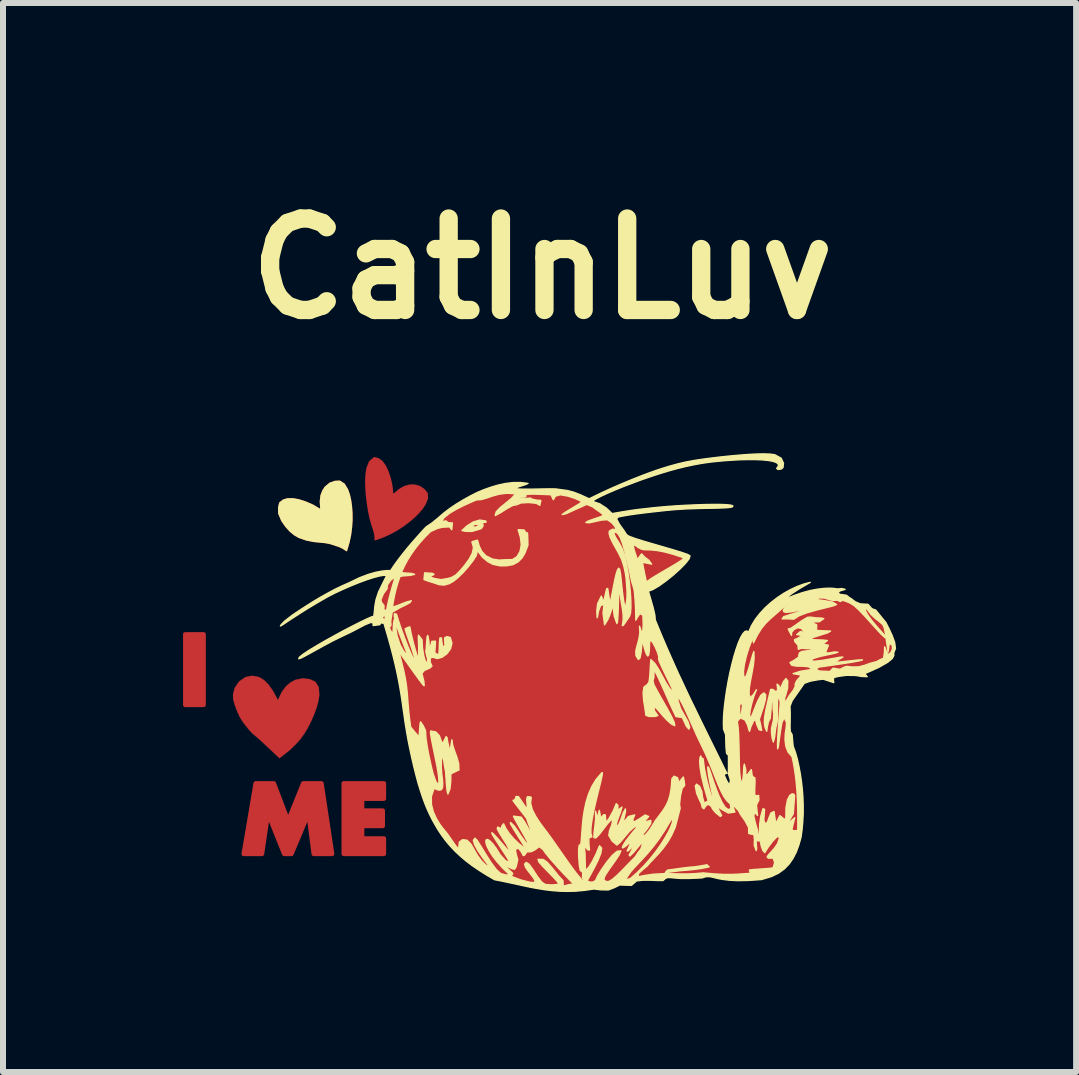
<source format=kicad_pcb>
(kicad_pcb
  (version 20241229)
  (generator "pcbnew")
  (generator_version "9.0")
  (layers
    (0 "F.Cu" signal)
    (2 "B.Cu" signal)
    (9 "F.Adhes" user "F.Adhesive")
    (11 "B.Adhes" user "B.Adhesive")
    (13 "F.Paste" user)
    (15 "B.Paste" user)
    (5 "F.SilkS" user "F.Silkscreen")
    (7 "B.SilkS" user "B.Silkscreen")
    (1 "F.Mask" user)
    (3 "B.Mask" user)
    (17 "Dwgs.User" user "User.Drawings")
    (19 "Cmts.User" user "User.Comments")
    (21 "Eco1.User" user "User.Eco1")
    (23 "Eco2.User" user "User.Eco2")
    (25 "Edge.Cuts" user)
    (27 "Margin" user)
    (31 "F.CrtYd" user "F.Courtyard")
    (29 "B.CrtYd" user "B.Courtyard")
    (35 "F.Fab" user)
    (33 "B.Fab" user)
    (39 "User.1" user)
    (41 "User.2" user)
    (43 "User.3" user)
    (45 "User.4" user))
  (footprint "CatInLuv"
    (layer "F.Cu")
    (at 5.988 8.18)
    (property "Reference" "CatInLuv" (at 0 -6.753 0) (layer "F.SilkS") (effects (font (size 1.524 1.524) (thickness 0.305))))
    (attr smd)
    (fp_poly (pts (xy -5.645 0.518) (xy -5.95 0.518) (xy -5.95 -0.657) (xy -5.645 -0.657) (xy -5.645 0.518)) (stroke (width 0.075) (type solid)) (fill yes) (layer "F.Cu"))
    (fp_poly (pts (xy -2.64 3.001) (xy -3.309 3.001) (xy -3.309 1.826) (xy -2.64 1.826) (xy -2.64 2.081) (xy -3.003 2.081) (xy -3.003 2.28) (xy -2.659 2.28) (xy -2.659 2.536) (xy -3.003 2.536) (xy -3.003 2.745) (xy -2.64 2.745) (xy -2.64 3.001)) (stroke (width 0.075) (type solid)) (fill yes) (layer "F.Cu"))
    (fp_poly (pts (xy -3.503 3.001) (xy -3.809 3.001) (xy -3.896 2.324) (xy -4.18 3.001) (xy -4.301 3.001) (xy -4.572 2.324) (xy -4.672 3.001) (xy -4.976 3.001) (xy -4.776 1.826) (xy -4.475 1.826) (xy -4.236 2.452) (xy -3.984 1.826) (xy -3.68 1.826) (xy -3.503 3.001)) (stroke (width 0.075) (type solid)) (fill yes) (layer "F.Cu"))
    (fp_poly (pts (xy -5.053 0.126) (xy -5.126 0.234) (xy -5.154 0.339) (xy -5.153 0.42) (xy -5.134 0.493) (xy -5.097 0.598) (xy -5.047 0.711) (xy -4.987 0.809) (xy -4.891 0.93) (xy -4.832 0.994) (xy -4.784 1.035) (xy -4.721 1.087) (xy -4.38 1.407) (xy -4.212 1.275) (xy -4.112 1.179) (xy -4.031 1.088) (xy -3.964 0.995) (xy -3.907 0.9) (xy -3.855 0.797) (xy -3.805 0.684) (xy -3.762 0.567) (xy -3.731 0.457) (xy -3.716 0.357) (xy -3.724 0.227) (xy -3.78 0.133) (xy -3.782 0.132) (xy -3.784 0.131) (xy -3.876 0.089) (xy -3.989 0.075) (xy -4.112 0.099) (xy -4.195 0.142) (xy -4.273 0.209) (xy -4.344 0.305) (xy -4.406 0.437) (xy -4.488 0.285) (xy -4.562 0.18) (xy -4.63 0.111) (xy -4.69 0.07) (xy -4.743 0.047) (xy -4.838 0.033) (xy -4.946 0.054) (xy -5.053 0.127) (xy -5.053 0.126)) (stroke (width 0.003) (type solid)) (fill yes) (layer "F.Cu"))
    (fp_poly (pts (xy -2.801 -3.613) (xy -2.807 -3.611) (xy -2.888 -3.541) (xy -2.933 -3.423) (xy -2.948 -3.326) (xy -2.953 -3.219) (xy -2.951 -3.105) (xy -2.941 -2.966) (xy -2.924 -2.83) (xy -2.904 -2.704) (xy -2.881 -2.596) (xy -2.858 -2.511) (xy -2.858 -2.511) (xy -2.858 -2.511) (xy -2.813 -2.369) (xy -2.8 -2.309) (xy -2.797 -2.255) (xy -2.794 -2.22) (xy -2.761 -2.231) (xy -2.645 -2.273) (xy -2.531 -2.325) (xy -2.421 -2.385) (xy -2.317 -2.452) (xy -2.221 -2.523) (xy -2.134 -2.596) (xy -2.058 -2.671) (xy -1.995 -2.745) (xy -1.946 -2.817) (xy -1.903 -2.92) (xy -1.909 -3.013) (xy -1.91 -3.015) (xy -1.911 -3.017) (xy -1.964 -3.081) (xy -2.041 -3.133) (xy -2.14 -3.158) (xy -2.218 -3.154) (xy -2.3 -3.131) (xy -2.388 -3.081) (xy -2.482 -3.001) (xy -2.497 -3.139) (xy -2.525 -3.266) (xy -2.565 -3.383) (xy -2.607 -3.472) (xy -2.659 -3.543) (xy -2.723 -3.592) (xy -2.797 -3.613) (xy -2.801 -3.613)) (stroke (width 0) (type solid)) (fill yes) (layer "F.Cu"))
    (fp_poly (pts (xy -4.384 -2.856) (xy -4.386 -2.85) (xy -4.405 -2.771) (xy -4.403 -2.67) (xy -4.35 -2.545) (xy -4.282 -2.448) (xy -4.212 -2.37) (xy -4.138 -2.309) (xy -4.063 -2.265) (xy -3.935 -2.22) (xy -3.815 -2.196) (xy -3.704 -2.185) (xy -3.608 -2.175) (xy -3.53 -2.159) (xy -3.529 -2.158) (xy -3.529 -2.158) (xy -3.388 -2.112) (xy -3.332 -2.086) (xy -3.286 -2.056) (xy -3.257 -2.039) (xy -3.246 -2.071) (xy -3.211 -2.19) (xy -3.185 -2.313) (xy -3.169 -2.437) (xy -3.161 -2.56) (xy -3.162 -2.68) (xy -3.17 -2.793) (xy -3.185 -2.899) (xy -3.207 -2.993) (xy -3.236 -3.075) (xy -3.294 -3.171) (xy -3.373 -3.221) (xy -3.375 -3.221) (xy -3.377 -3.221) (xy -3.46 -3.217) (xy -3.547 -3.185) (xy -3.626 -3.119) (xy -3.668 -3.055) (xy -3.698 -2.975) (xy -3.71 -2.875) (xy -3.702 -2.751) (xy -3.821 -2.821) (xy -3.94 -2.873) (xy -4.058 -2.911) (xy -4.155 -2.928) (xy -4.243 -2.928) (xy -4.32 -2.906) (xy -4.381 -2.859) (xy -4.384 -2.856)) (stroke (width 0) (type solid)) (fill yes) (layer "F.Cu"))
    (fp_poly (pts (xy -2.633 -0.823) (xy -2.62 -0.792) (xy -2.562 -0.593) (xy -2.512 -0.413) (xy -2.47 -0.251) (xy -2.435 -0.105) (xy -2.406 0.028) (xy -2.382 0.15) (xy -2.363 0.263) (xy -2.346 0.369) (xy -2.331 0.47) (xy -2.318 0.568) (xy -2.305 0.666) (xy -2.292 0.765) (xy -2.277 0.867) (xy -2.26 0.976) (xy -2.239 1.092) (xy -2.214 1.219) (xy -2.178 1.388) (xy -2.142 1.543) (xy -2.106 1.686) (xy -2.071 1.818) (xy -2.034 1.939) (xy -1.997 2.051) (xy -1.959 2.155) (xy -1.919 2.253) (xy -1.877 2.345) (xy -1.833 2.433) (xy -1.786 2.517) (xy -1.737 2.6) (xy -1.673 2.696) (xy -1.605 2.787) (xy -1.531 2.874) (xy -1.452 2.958) (xy -1.365 3.039) (xy -1.271 3.119) (xy -1.168 3.197) (xy -1.055 3.274) (xy -0.933 3.351) (xy -0.799 3.429) (xy -0.796 3.431) (xy -0.791 3.432) (xy -0.672 3.455) (xy -0.555 3.48) (xy -0.438 3.505) (xy -0.321 3.531) (xy -0.203 3.556) (xy -0.084 3.578) (xy 0.038 3.598) (xy 0.162 3.613) (xy 0.291 3.623) (xy 0.423 3.626) (xy 0.561 3.622) (xy 0.704 3.609) (xy 0.854 3.587) (xy 0.857 3.587) (xy 0.86 3.586) (xy 0.978 3.6) (xy 1.101 3.602) (xy 1.2 3.564) (xy 1.291 3.519) (xy 1.38 3.522) (xy 1.487 3.525) (xy 1.525 3.492) (xy 1.57 3.452) (xy 1.677 3.44) (xy 1.804 3.44) (xy 1.925 3.445) (xy 2.012 3.445) (xy 2.053 3.41) (xy 2.087 3.396) (xy 2.13 3.396) (xy 2.195 3.402) (xy 2.297 3.41) (xy 2.449 3.411) (xy 2.666 3.401) (xy 2.719 3.383) (xy 2.765 3.379) (xy 2.811 3.384) (xy 2.863 3.396) (xy 2.928 3.412) (xy 3.01 3.427) (xy 3.118 3.44) (xy 3.256 3.447) (xy 3.432 3.444) (xy 3.651 3.429) (xy 3.733 3.405) (xy 3.819 3.379) (xy 3.936 3.323) (xy 4.033 3.253) (xy 4.113 3.171) (xy 4.178 3.077) (xy 4.232 2.972) (xy 4.275 2.856) (xy 4.311 2.729) (xy 4.329 2.601) (xy 4.341 2.468) (xy 4.348 2.333) (xy 4.348 2.197) (xy 4.344 2.061) (xy 4.334 1.927) (xy 4.319 1.794) (xy 4.3 1.666) (xy 4.277 1.542) (xy 4.251 1.424) (xy 4.22 1.314) (xy 4.181 1.206) (xy 4.171 1.1) (xy 4.163 1.013) (xy 4.132 0.961) (xy 4.129 0.877) (xy 4.131 0.774) (xy 4.132 0.66) (xy 4.128 0.542) (xy 4.163 0.45) (xy 4.246 0.331) (xy 4.307 0.243) (xy 4.366 0.159) (xy 4.465 0.123) (xy 4.595 0.099) (xy 4.683 0.089) (xy 4.758 0.114) (xy 4.858 0.146) (xy 4.852 0.113) (xy 4.856 0.062) (xy 4.946 0.041) (xy 5.069 0.025) (xy 5.221 0.027) (xy 5.316 0.043) (xy 5.415 0.048) (xy 5.394 0.023) (xy 5.374 -0.003) (xy 5.492 -0.055) (xy 5.608 -0.107) (xy 5.756 -0.192) (xy 5.831 -0.254) (xy 5.858 -0.303) (xy 5.857 -0.349) (xy 5.886 -0.423) (xy 5.872 -0.525) (xy 5.83 -0.64) (xy 5.776 -0.756) (xy 5.724 -0.859) (xy 5.694 -0.894) (xy 5.68 -0.911) (xy 5.646 -0.953) (xy 5.557 -1.062) (xy 5.493 -1.085) (xy 5.428 -1.158) (xy 5.301 -1.165) (xy 5.219 -1.199) (xy 5.15 -1.251) (xy 5.103 -1.281) (xy 5.07 -1.309) (xy 4.958 -1.325) (xy 4.926 -1.351) (xy 4.96 -1.381) (xy 5.047 -1.407) (xy 4.991 -1.421) (xy 4.923 -1.414) (xy 4.922 -1.414) (xy 4.86 -1.423) (xy 4.783 -1.427) (xy 4.692 -1.423) (xy 4.588 -1.411) (xy 4.471 -1.389) (xy 4.34 -1.354) (xy 4.196 -1.305) (xy 4.039 -1.241) (xy 4.149 -1.331) (xy 4.285 -1.419) (xy 4.405 -1.489) (xy 4.466 -1.524) (xy 4.359 -1.496) (xy 4.248 -1.455) (xy 4.136 -1.403) (xy 4.025 -1.341) (xy 3.916 -1.269) (xy 3.813 -1.189) (xy 3.716 -1.102) (xy 3.628 -1.007) (xy 3.551 -0.908) (xy 3.487 -0.803) (xy 3.439 -0.695) (xy 3.408 -0.715) (xy 3.375 -0.703) (xy 3.34 -0.663) (xy 3.303 -0.598) (xy 3.266 -0.511) (xy 3.229 -0.406) (xy 3.193 -0.287) (xy 3.159 -0.155) (xy 3.126 -0.015) (xy 3.097 0.13) (xy 3.071 0.277) (xy 3.05 0.422) (xy 3.033 0.562) (xy 3.022 0.695) (xy 3.018 0.816) (xy 3.021 0.922) (xy 3.057 1.013) (xy 3.059 1.123) (xy 3.062 1.23) (xy 3.071 1.326) (xy 3.103 1.358) (xy 3.103 1.467) (xy 3.103 1.579) (xy 3.101 1.66) (xy 3.136 1.775) (xy 3.12 1.86) (xy 3.071 1.777) (xy 3.028 1.679) (xy 3.055 1.663) (xy 3.076 1.659) (xy 3.022 1.549) (xy 2.967 1.438) (xy 2.913 1.329) (xy 2.859 1.219) (xy 2.805 1.11) (xy 2.751 1) (xy 2.697 0.89) (xy 2.643 0.78) (xy 2.589 0.669) (xy 2.535 0.557) (xy 2.48 0.445) (xy 2.426 0.331) (xy 2.372 0.216) (xy 2.318 0.1) (xy 2.263 -0.017) (xy 2.209 -0.137) (xy 2.155 -0.258) (xy 2.1 -0.382) (xy 2.046 -0.507) (xy 1.991 -0.635) (xy 1.937 -0.766) (xy 1.882 -0.899) (xy 1.877 -0.977) (xy 1.848 -1.1) (xy 1.808 -1.243) (xy 1.768 -1.379) (xy 1.79 -1.382) (xy 1.872 -1.42) (xy 1.975 -1.485) (xy 2.089 -1.569) (xy 2.204 -1.664) (xy 2.309 -1.759) (xy 2.394 -1.848) (xy 2.448 -1.919) (xy 2.462 -1.966) (xy 2.419 -1.99) (xy 2.319 -2.025) (xy 2.178 -2.068) (xy 2.014 -2.116) (xy 1.841 -2.166) (xy 1.678 -2.214) (xy 1.539 -2.258) (xy 1.442 -2.295) (xy 1.404 -2.32) (xy 1.362 -2.386) (xy 1.287 -2.49) (xy 1.237 -2.582) (xy 1.267 -2.615) (xy 1.356 -2.632) (xy 1.457 -2.649) (xy 1.567 -2.665) (xy 1.686 -2.681) (xy 1.809 -2.695) (xy 1.935 -2.709) (xy 2.061 -2.723) (xy 2.227 -2.738) (xy 2.393 -2.748) (xy 2.554 -2.754) (xy 2.707 -2.758) (xy 2.845 -2.76) (xy 2.966 -2.763) (xy 3.064 -2.767) (xy 3.134 -2.774) (xy 3.173 -2.785) (xy 3.175 -2.801) (xy 3.136 -2.812) (xy 3.066 -2.819) (xy 2.967 -2.823) (xy 2.846 -2.823) (xy 2.708 -2.821) (xy 2.558 -2.816) (xy 2.401 -2.809) (xy 2.241 -2.8) (xy 2.085 -2.789) (xy 1.936 -2.776) (xy 1.801 -2.762) (xy 1.696 -2.75) (xy 1.614 -2.741) (xy 1.539 -2.732) (xy 1.451 -2.719) (xy 1.332 -2.699) (xy 1.163 -2.67) (xy 1.065 -2.763) (xy 0.959 -2.832) (xy 0.844 -2.872) (xy 0.851 -2.888) (xy 0.895 -2.916) (xy 0.971 -2.956) (xy 1.076 -3.005) (xy 1.208 -3.062) (xy 1.363 -3.125) (xy 1.538 -3.192) (xy 1.648 -3.232) (xy 1.764 -3.272) (xy 1.884 -3.312) (xy 2.007 -3.351) (xy 2.134 -3.389) (xy 2.263 -3.424) (xy 2.394 -3.456) (xy 2.526 -3.484) (xy 2.658 -3.508) (xy 2.79 -3.527) (xy 2.91 -3.541) (xy 3.038 -3.552) (xy 3.171 -3.561) (xy 3.303 -3.568) (xy 3.432 -3.571) (xy 3.555 -3.571) (xy 3.666 -3.566) (xy 3.764 -3.556) (xy 3.843 -3.542) (xy 3.901 -3.522) (xy 3.933 -3.496) (xy 3.936 -3.463) (xy 3.907 -3.423) (xy 3.929 -3.406) (xy 3.979 -3.412) (xy 4.011 -3.435) (xy 4.02 -3.508) (xy 3.982 -3.592) (xy 3.875 -3.651) (xy 3.796 -3.662) (xy 3.689 -3.665) (xy 3.561 -3.663) (xy 3.418 -3.655) (xy 3.266 -3.643) (xy 3.112 -3.629) (xy 2.96 -3.613) (xy 2.819 -3.596) (xy 2.694 -3.58) (xy 2.591 -3.565) (xy 2.517 -3.553) (xy 2.389 -3.529) (xy 2.265 -3.5) (xy 2.143 -3.467) (xy 2.026 -3.432) (xy 1.912 -3.395) (xy 1.802 -3.356) (xy 1.696 -3.317) (xy 1.594 -3.277) (xy 1.497 -3.239) (xy 1.294 -3.154) (xy 1.12 -3.078) (xy 0.978 -3.012) (xy 0.872 -2.961) (xy 0.805 -2.928) (xy 0.78 -2.917) (xy 0.632 -2.985) (xy 0.52 -3.028) (xy 0.415 -3.055) (xy 0.288 -3.072) (xy 0.23 -3.081) (xy 0.112 -3.082) (xy -0.04 -3.08) (xy -0.199 -3.077) (xy -0.338 -3.077) (xy -0.429 -3.082) (xy -0.446 -3.095) (xy -0.446 -3.096) (xy -0.397 -3.116) (xy -0.286 -3.152) (xy -0.238 -3.173) (xy -0.364 -3.188) (xy -0.489 -3.187) (xy -0.612 -3.172) (xy -0.734 -3.147) (xy -0.853 -3.112) (xy -0.969 -3.07) (xy -1.083 -3.023) (xy -1.205 -2.961) (xy -1.323 -2.895) (xy -1.437 -2.826) (xy -1.544 -2.753) (xy -1.644 -2.677) (xy -1.736 -2.598) (xy -1.831 -2.519) (xy -1.938 -2.446) (xy -1.938 -2.446) (xy -1.939 -2.445) (xy -2.012 -2.366) (xy -2.087 -2.282) (xy -2.165 -2.194) (xy -2.242 -2.103) (xy -2.318 -2.01) (xy -2.392 -1.914) (xy -2.463 -1.818) (xy -2.528 -1.72) (xy -2.587 -1.72) (xy -2.67 -1.712) (xy -2.774 -1.692) (xy -2.901 -1.656) (xy -3.05 -1.599) (xy -3.22 -1.517) (xy -3.34 -1.465) (xy -3.46 -1.406) (xy -3.579 -1.343) (xy -3.695 -1.277) (xy -3.806 -1.211) (xy -3.91 -1.146) (xy -4.006 -1.084) (xy -4.092 -1.027) (xy -4.166 -0.977) (xy -4.293 -0.879) (xy -4.35 -0.82) (xy -4.364 -0.798) (xy -4.354 -0.801) (xy -4.315 -0.826) (xy -4.249 -0.87) (xy -4.158 -0.93) (xy -4.043 -1.004) (xy -3.909 -1.089) (xy -3.755 -1.182) (xy -3.586 -1.279) (xy -3.46 -1.344) (xy -3.326 -1.407) (xy -3.189 -1.466) (xy -3.055 -1.52) (xy -2.928 -1.567) (xy -2.813 -1.604) (xy -2.716 -1.63) (xy -2.641 -1.642) (xy -2.593 -1.638) (xy -2.653 -1.52) (xy -2.729 -1.362) (xy -2.771 -1.234) (xy -2.79 -1.129) (xy -2.798 -1.04) (xy -2.808 -0.959) (xy -2.842 -0.95) (xy -2.919 -0.917) (xy -3.029 -0.864) (xy -3.164 -0.796) (xy -3.314 -0.718) (xy -3.47 -0.633) (xy -3.625 -0.547) (xy -3.769 -0.463) (xy -3.893 -0.388) (xy -3.989 -0.324) (xy -4.047 -0.277) (xy -4.059 -0.251) (xy -4.022 -0.263) (xy -3.935 -0.307) (xy -3.81 -0.376) (xy -3.658 -0.46) (xy -3.49 -0.55) (xy -3.392 -0.598) (xy -3.295 -0.645) (xy -3.201 -0.689) (xy -3.116 -0.733) (xy -2.954 -0.818) (xy -2.86 -0.856) (xy -2.82 -0.85) (xy -2.819 -0.805) (xy -2.707 -0.819) (xy -2.687 -0.858) (xy -2.633 -0.84) (xy -2.633 -0.823)) (stroke (width 0.003) (type solid)) (fill yes) (layer "F.Cu"))
    (fp_poly (pts (xy -5.645 0.518) (xy -5.95 0.518) (xy -5.95 -0.657) (xy -5.645 -0.657) (xy -5.645 0.518)) (stroke (width 0.075) (type solid)) (fill yes) (layer "F.Mask"))
    (fp_poly (pts (xy -2.64 3.001) (xy -3.309 3.001) (xy -3.309 1.826) (xy -2.64 1.826) (xy -2.64 2.081) (xy -3.003 2.081) (xy -3.003 2.28) (xy -2.659 2.28) (xy -2.659 2.536) (xy -3.003 2.536) (xy -3.003 2.745) (xy -2.64 2.745) (xy -2.64 3.001)) (stroke (width 0.075) (type solid)) (fill yes) (layer "F.Mask"))
    (fp_poly (pts (xy -3.503 3.001) (xy -3.809 3.001) (xy -3.896 2.324) (xy -4.18 3.001) (xy -4.301 3.001) (xy -4.572 2.324) (xy -4.672 3.001) (xy -4.976 3.001) (xy -4.776 1.826) (xy -4.475 1.826) (xy -4.236 2.452) (xy -3.984 1.826) (xy -3.68 1.826) (xy -3.503 3.001)) (stroke (width 0.075) (type solid)) (fill yes) (layer "F.Mask"))
    (fp_poly (pts (xy -5.053 0.126) (xy -5.126 0.234) (xy -5.154 0.339) (xy -5.153 0.42) (xy -5.134 0.493) (xy -5.097 0.598) (xy -5.047 0.711) (xy -4.987 0.809) (xy -4.891 0.93) (xy -4.832 0.994) (xy -4.784 1.035) (xy -4.721 1.087) (xy -4.38 1.407) (xy -4.212 1.275) (xy -4.112 1.179) (xy -4.031 1.088) (xy -3.964 0.995) (xy -3.907 0.9) (xy -3.855 0.797) (xy -3.805 0.684) (xy -3.762 0.567) (xy -3.731 0.457) (xy -3.716 0.357) (xy -3.724 0.227) (xy -3.78 0.133) (xy -3.782 0.132) (xy -3.784 0.131) (xy -3.876 0.089) (xy -3.989 0.075) (xy -4.112 0.099) (xy -4.195 0.142) (xy -4.273 0.209) (xy -4.344 0.305) (xy -4.406 0.437) (xy -4.488 0.285) (xy -4.562 0.18) (xy -4.63 0.111) (xy -4.69 0.07) (xy -4.743 0.047) (xy -4.838 0.033) (xy -4.946 0.054) (xy -5.053 0.127) (xy -5.053 0.126)) (stroke (width 0.003) (type solid)) (fill yes) (layer "F.Mask"))
    (fp_poly (pts (xy -2.802 -3.615) (xy -2.808 -3.613) (xy -2.889 -3.543) (xy -2.934 -3.425) (xy -2.949 -3.328) (xy -2.954 -3.221) (xy -2.952 -3.107) (xy -2.942 -2.968) (xy -2.925 -2.832) (xy -2.905 -2.706) (xy -2.882 -2.598) (xy -2.859 -2.513) (xy -2.859 -2.513) (xy -2.859 -2.513) (xy -2.814 -2.371) (xy -2.801 -2.311) (xy -2.798 -2.257) (xy -2.795 -2.222) (xy -2.762 -2.233) (xy -2.646 -2.275) (xy -2.532 -2.327) (xy -2.422 -2.387) (xy -2.318 -2.454) (xy -2.222 -2.525) (xy -2.135 -2.598) (xy -2.059 -2.673) (xy -1.996 -2.747) (xy -1.947 -2.819) (xy -1.904 -2.922) (xy -1.91 -3.015) (xy -1.911 -3.017) (xy -1.912 -3.019) (xy -1.965 -3.083) (xy -2.042 -3.135) (xy -2.141 -3.16) (xy -2.219 -3.156) (xy -2.301 -3.133) (xy -2.389 -3.083) (xy -2.483 -3.003) (xy -2.498 -3.141) (xy -2.526 -3.268) (xy -2.566 -3.385) (xy -2.608 -3.474) (xy -2.66 -3.545) (xy -2.724 -3.594) (xy -2.798 -3.615) (xy -2.802 -3.615)) (stroke (width 0) (type solid)) (fill yes) (layer "F.Mask"))
    (fp_poly (pts (xy 2.744 3.183) (xy 2.615 3.206) (xy 2.54 3.217) (xy 2.447 3.224) (xy 2.333 3.238) (xy 2.184 3.259) (xy 2.084 3.273) (xy 2.049 3.316) (xy 2.133 3.303) (xy 2.205 3.293) (xy 2.294 3.282) (xy 2.408 3.273) (xy 2.535 3.26) (xy 2.664 3.242) (xy 2.78 3.217) (xy 2.744 3.183)) (stroke (width 0.023) (type solid)) (fill yes) (layer "F.SilkS"))
    (fp_poly (pts (xy -1.081 -2.4) (xy -1.017 -2.42) (xy -0.985 -2.469) (xy -1.023 -2.479) (xy -1.121 -2.442) (xy -1.177 -2.464) (xy -1.12 -2.493) (xy -0.99 -2.478) (xy -0.993 -2.523) (xy -0.938 -2.527) (xy -0.94 -2.546) (xy -1.042 -2.562) (xy -1.151 -2.53) (xy -1.253 -2.466) (xy -1.338 -2.388) (xy -1.281 -2.375) (xy -1.173 -2.373) (xy -1.081 -2.4) (xy -1.081 -2.4)) (stroke (width 0.023) (type solid)) (fill yes) (layer "F.SilkS"))
    (fp_poly (pts (xy -4.384 -2.856) (xy -4.386 -2.85) (xy -4.405 -2.771) (xy -4.403 -2.67) (xy -4.35 -2.545) (xy -4.282 -2.448) (xy -4.212 -2.37) (xy -4.138 -2.309) (xy -4.063 -2.265) (xy -3.935 -2.22) (xy -3.815 -2.196) (xy -3.704 -2.185) (xy -3.608 -2.175) (xy -3.53 -2.159) (xy -3.529 -2.158) (xy -3.529 -2.158) (xy -3.388 -2.112) (xy -3.332 -2.086) (xy -3.286 -2.056) (xy -3.257 -2.039) (xy -3.246 -2.071) (xy -3.211 -2.19) (xy -3.185 -2.313) (xy -3.169 -2.437) (xy -3.161 -2.56) (xy -3.162 -2.68) (xy -3.17 -2.793) (xy -3.185 -2.899) (xy -3.207 -2.993) (xy -3.236 -3.075) (xy -3.294 -3.171) (xy -3.373 -3.221) (xy -3.375 -3.221) (xy -3.377 -3.221) (xy -3.46 -3.217) (xy -3.547 -3.185) (xy -3.626 -3.119) (xy -3.668 -3.055) (xy -3.698 -2.975) (xy -3.71 -2.875) (xy -3.702 -2.751) (xy -3.821 -2.821) (xy -3.94 -2.873) (xy -4.058 -2.911) (xy -4.155 -2.928) (xy -4.243 -2.928) (xy -4.32 -2.906) (xy -4.381 -2.859) (xy -4.384 -2.856)) (stroke (width 0) (type solid)) (fill yes) (layer "F.SilkS"))
    (fp_poly (pts (xy -0.305 -2.389) (xy -0.394 -2.396) (xy -0.358 -2.279) (xy -0.343 -2.153) (xy -0.363 -2.04) (xy -0.416 -1.947) (xy -0.496 -1.896) (xy -0.615 -1.894) (xy -0.721 -1.888) (xy -0.832 -1.905) (xy -0.945 -1.962) (xy -1.015 -2.037) (xy -1.057 -2.124) (xy -1.085 -2.22) (xy -1.165 -2.196) (xy -1.139 -2.105) (xy -1.159 -2.008) (xy -1.212 -1.908) (xy -1.283 -1.81) (xy -1.36 -1.718) (xy -1.438 -1.64) (xy -1.515 -1.597) (xy -1.575 -1.581) (xy -1.688 -1.562) (xy -1.8 -1.582) (xy -1.861 -1.603) (xy -1.869 -1.633) (xy -1.813 -1.659) (xy -1.843 -1.669) (xy -1.907 -1.671) (xy -1.954 -1.677) (xy -1.964 -1.575) (xy -1.886 -1.547) (xy -1.796 -1.52) (xy -1.722 -1.494) (xy -1.639 -1.485) (xy -1.552 -1.51) (xy -1.551 -1.51) (xy -1.55 -1.511) (xy -1.485 -1.548) (xy -1.41 -1.609) (xy -1.325 -1.691) (xy -1.241 -1.787) (xy -1.162 -1.887) (xy -1.107 -1.974) (xy -1.085 -2.071) (xy -0.994 -1.951) (xy -0.905 -1.876) (xy -0.821 -1.832) (xy -0.699 -1.806) (xy -0.593 -1.808) (xy -0.492 -1.826) (xy -0.41 -1.869) (xy -0.346 -1.932) (xy -0.299 -2.009) (xy -0.247 -2.141) (xy -0.248 -2.24) (xy -0.253 -2.344) (xy -0.273 -2.334) (xy -0.305 -2.389) (xy -0.305 -2.389)) (stroke (width 0.037) (type solid)) (fill yes) (layer "F.SilkS"))
    (fp_poly (pts (xy 1.459 3.421) (xy 1.582 3.313) (xy 1.696 3.198) (xy 1.799 3.081) (xy 1.892 2.964) (xy 1.972 2.851) (xy 2.04 2.744) (xy 2.095 2.648) (xy 2.136 2.565) (xy 2.162 2.498) (xy 2.173 2.452) (xy 2.169 2.429) (xy 2.147 2.431) (xy 2.044 2.605) (xy 1.944 2.755) (xy 1.847 2.883) (xy 1.756 2.992) (xy 1.672 3.084) (xy 1.597 3.164) (xy 1.532 3.233) (xy 1.479 3.293) (xy 1.439 3.349) (xy 1.387 3.43) (xy 1.346 3.462) (xy 1.279 3.472) (xy 1.151 3.485) (xy 1.055 3.487) (xy 0.912 3.481) (xy 0.776 3.476) (xy 0.698 3.479) (xy 0.671 3.398) (xy 0.673 3.308) (xy 0.633 3.276) (xy 0.616 3.174) (xy 0.607 3.047) (xy 0.605 2.928) (xy 0.615 2.854) (xy 0.637 2.857) (xy 0.647 2.804) (xy 0.654 2.727) (xy 0.66 2.632) (xy 0.669 2.522) (xy 0.681 2.4) (xy 0.701 2.272) (xy 0.729 2.14) (xy 0.77 2.008) (xy 0.825 1.88) (xy 0.897 1.761) (xy 0.989 1.653) (xy 1.002 1.647) (xy 0.998 1.69) (xy 0.98 1.773) (xy 0.953 1.886) (xy 0.92 2.019) (xy 0.885 2.163) (xy 0.853 2.308) (xy 0.827 2.446) (xy 0.811 2.566) (xy 0.81 2.659) (xy 0.826 2.715) (xy 0.775 2.738) (xy 0.778 2.841) (xy 0.786 2.937) (xy 0.76 2.933) (xy 0.719 2.888) (xy 0.703 2.897) (xy 0.712 2.993) (xy 0.714 3.101) (xy 0.719 3.255) (xy 0.736 3.265) (xy 0.778 3.219) (xy 0.835 3.128) (xy 0.896 3.006) (xy 0.953 2.867) (xy 0.989 2.904) (xy 0.976 2.99) (xy 0.931 3.104) (xy 0.869 3.228) (xy 0.808 3.341) (xy 0.762 3.423) (xy 0.748 3.455) (xy 0.829 3.484) (xy 0.89 3.442) (xy 0.921 3.373) (xy 0.987 3.264) (xy 1.073 3.14) (xy 1.164 3.029) (xy 1.248 2.957) (xy 1.31 2.951) (xy 1.281 3.018) (xy 1.206 3.13) (xy 1.116 3.256) (xy 1.044 3.366) (xy 1.024 3.429) (xy 1.06 3.463) (xy 1.106 3.462) (xy 1.165 3.429) (xy 1.238 3.367) (xy 1.326 3.281) (xy 1.43 3.173) (xy 1.553 3.047) (xy 1.595 2.982) (xy 1.641 2.923) (xy 1.665 2.854) (xy 1.654 2.815) (xy 1.594 2.89) (xy 1.519 2.979) (xy 1.46 3.037) (xy 1.448 3.022) (xy 1.5 2.924) (xy 1.557 2.843) (xy 1.546 2.842) (xy 1.49 2.896) (xy 1.43 2.951) (xy 1.414 2.952) (xy 1.461 2.848) (xy 1.464 2.806) (xy 1.385 2.876) (xy 1.343 2.902) (xy 1.334 2.891) (xy 1.352 2.851) (xy 1.392 2.788) (xy 1.45 2.711) (xy 1.52 2.625) (xy 1.596 2.538) (xy 1.531 2.554) (xy 1.453 2.624) (xy 1.373 2.718) (xy 1.3 2.805) (xy 1.245 2.854) (xy 1.166 2.789) (xy 1.108 2.692) (xy 1.122 2.612) (xy 1.159 2.517) (xy 1.174 2.437) (xy 1.147 2.434) (xy 1.092 2.493) (xy 1.022 2.583) (xy 0.952 2.674) (xy 0.894 2.734) (xy 0.861 2.732) (xy 0.862 2.654) (xy 0.876 2.544) (xy 0.889 2.417) (xy 0.888 2.291) (xy 0.901 2.338) (xy 0.922 2.404) (xy 0.936 2.334) (xy 0.95 2.276) (xy 0.968 2.367) (xy 0.988 2.446) (xy 0.996 2.38) (xy 1.025 2.347) (xy 1.05 2.352) (xy 1.057 2.436) (xy 1.054 2.488) (xy 1.112 2.414) (xy 1.181 2.289) (xy 1.233 2.165) (xy 1.261 2.192) (xy 1.258 2.263) (xy 1.266 2.27) (xy 1.327 2.222) (xy 1.304 2.304) (xy 1.246 2.458) (xy 1.226 2.545) (xy 1.273 2.516) (xy 1.311 2.427) (xy 1.346 2.324) (xy 1.385 2.252) (xy 1.387 2.298) (xy 1.358 2.419) (xy 1.354 2.478) (xy 1.437 2.378) (xy 1.54 2.352) (xy 1.511 2.42) (xy 1.513 2.477) (xy 1.622 2.416) (xy 1.713 2.353) (xy 1.773 2.378) (xy 1.731 2.427) (xy 1.697 2.474) (xy 1.809 2.442) (xy 1.807 2.495) (xy 1.749 2.583) (xy 1.683 2.667) (xy 1.658 2.708) (xy 1.718 2.688) (xy 1.789 2.602) (xy 1.851 2.504) (xy 1.884 2.448) (xy 1.952 2.359) (xy 2.01 2.281) (xy 2.058 2.205) (xy 2.098 2.122) (xy 2.128 2.024) (xy 2.149 1.903) (xy 2.161 1.749) (xy 2.196 1.707) (xy 2.254 1.731) (xy 2.279 1.815) (xy 2.304 1.778) (xy 2.35 1.72) (xy 2.364 1.781) (xy 2.373 1.86) (xy 2.331 1.909) (xy 2.302 2.039) (xy 2.287 2.178) (xy 2.298 2.241) (xy 2.216 2.556) (xy 2.157 2.688) (xy 2.09 2.804) (xy 2.017 2.904) (xy 1.942 2.993) (xy 1.869 3.071) (xy 1.801 3.142) (xy 1.742 3.208) (xy 1.681 3.257) (xy 1.603 3.33) (xy 1.597 3.388) (xy 1.556 3.404) (xy 1.459 3.421) (xy 1.459 3.421)) (stroke (width 0.023) (type solid)) (fill yes) (layer "F.SilkS"))
    (fp_poly (pts (xy -0.446 -3.095) (xy -1.1 -2.898) (xy -1.016 -2.904) (xy -0.926 -2.93) (xy -0.827 -2.964) (xy -0.715 -2.994) (xy -0.588 -3.01) (xy -0.443 -2.999) (xy -0.518 -2.919) (xy -0.612 -2.842) (xy -0.703 -2.768) (xy -0.768 -2.699) (xy -0.784 -2.638) (xy -0.694 -2.686) (xy -0.59 -2.752) (xy -0.492 -2.806) (xy -0.421 -2.819) (xy -0.359 -2.847) (xy -0.229 -2.855) (xy -0.1 -2.842) (xy -0.041 -2.809) (xy -0.024 -2.89) (xy -0.095 -2.894) (xy -0.186 -2.915) (xy -0.192 -2.928) (xy -0.277 -2.922) (xy -0.373 -2.92) (xy -0.408 -2.946) (xy -0.34 -2.945) (xy -0.299 -2.948) (xy -0.278 -2.953) (xy -0.272 -2.959) (xy -0.274 -2.966) (xy -0.278 -2.973) (xy -0.278 -2.981) (xy -0.268 -2.987) (xy -0.242 -2.992) (xy -0.193 -2.995) (xy -0.117 -2.995) (xy -0.006 -2.991) (xy 0.146 -2.984) (xy 0.184 -2.902) (xy 0.218 -2.961) (xy 0.303 -2.984) (xy 0.303 -2.984) (xy 0.431 -2.961) (xy 0.55 -2.922) (xy 0.663 -2.869) (xy 0.616 -2.833) (xy 0.498 -2.761) (xy 0.38 -2.69) (xy 0.332 -2.654) (xy 0.399 -2.669) (xy 0.516 -2.723) (xy 0.651 -2.783) (xy 0.74 -2.824) (xy 0.836 -2.785) (xy 0.911 -2.73) (xy 0.968 -2.691) (xy 1.022 -2.647) (xy 0.982 -2.622) (xy 0.875 -2.585) (xy 0.767 -2.547) (xy 0.726 -2.522) (xy 0.782 -2.516) (xy 0.877 -2.537) (xy 0.987 -2.562) (xy 1.087 -2.568) (xy 1.159 -2.517) (xy 1.212 -2.455) (xy 1.224 -2.412) (xy 1.222 -2.392) (xy 1.179 -2.411) (xy 1.119 -2.381) (xy 1.113 -2.343) (xy 1.131 -2.276) (xy 1.181 -2.172) (xy 1.266 -2.022) (xy 1.324 -1.905) (xy 1.362 -1.784) (xy 1.386 -1.67) (xy 1.399 -1.571) (xy 1.412 -1.386) (xy 1.412 -1.274) (xy 1.405 -1.206) (xy 1.396 -1.155) (xy 1.383 -1.115) (xy 1.37 -1.144) (xy 1.355 -1.222) (xy 1.34 -1.332) (xy 1.326 -1.456) (xy 1.314 -1.575) (xy 1.303 -1.672) (xy 1.289 -1.743) (xy 1.272 -1.759) (xy 1.253 -1.729) (xy 1.232 -1.666) (xy 1.211 -1.579) (xy 1.191 -1.479) (xy 1.171 -1.376) (xy 1.153 -1.282) (xy 1.137 -1.207) (xy 1.121 -1.215) (xy 1.106 -1.319) (xy 1.09 -1.423) (xy 1.072 -1.416) (xy 1.049 -1.315) (xy 1.026 -1.215) (xy 1.007 -1.234) (xy 0.984 -1.295) (xy 0.923 -1.168) (xy 0.909 -1.05) (xy 0.914 -0.935) (xy 0.92 -0.954) (xy 0.937 -1.046) (xy 0.972 -1.138) (xy 1.029 -1.157) (xy 1.012 -1.014) (xy 1.027 -0.901) (xy 1.038 -0.817) (xy 1.089 -0.897) (xy 1.123 -0.977) (xy 1.18 -1.141) (xy 1.187 -1.146) (xy 1.187 -1.078) (xy 1.199 -0.965) (xy 1.243 -0.838) (xy 1.253 -0.861) (xy 1.26 -0.951) (xy 1.266 -1.081) (xy 1.27 -1.223) (xy 1.273 -1.349) (xy 1.276 -1.433) (xy 1.28 -1.447) (xy 1.302 -1.29) (xy 1.322 -1.164) (xy 1.339 -1.061) (xy 1.348 -0.972) (xy 1.347 -0.889) (xy 1.334 -0.803) (xy 1.352 -0.81) (xy 1.405 -0.887) (xy 1.453 -0.958) (xy 1.47 -1.01) (xy 1.477 -1.101) (xy 1.476 -1.224) (xy 1.467 -1.368) (xy 1.451 -1.524) (xy 1.429 -1.682) (xy 1.401 -1.834) (xy 1.37 -1.97) (xy 1.334 -2.08) (xy 1.284 -2.175) (xy 1.224 -2.269) (xy 1.191 -2.34) (xy 1.215 -2.366) (xy 1.258 -2.338) (xy 1.299 -2.274) (xy 1.339 -2.168) (xy 1.378 -2.034) (xy 1.414 -1.889) (xy 1.446 -1.747) (xy 1.472 -1.623) (xy 1.491 -1.532) (xy 1.514 -1.462) (xy 1.533 -1.387) (xy 1.542 -1.291) (xy 1.55 -1.183) (xy 1.556 -1.054) (xy 1.559 -0.894) (xy 1.579 -0.932) (xy 1.626 -1.003) (xy 1.677 -0.977) (xy 1.682 -0.819) (xy 1.675 -0.713) (xy 1.676 -0.657) (xy 1.65 -0.706) (xy 1.621 -0.793) (xy 1.626 -0.678) (xy 1.608 -0.57) (xy 1.58 -0.47) (xy 1.559 -0.381) (xy 1.561 -0.303) (xy 1.601 -0.239) (xy 1.627 -0.26) (xy 1.645 -0.347) (xy 1.656 -0.454) (xy 1.665 -0.536) (xy 1.674 -0.546) (xy 1.687 -0.49) (xy 1.703 -0.425) (xy 1.722 -0.363) (xy 1.741 -0.316) (xy 1.759 -0.297) (xy 1.774 -0.317) (xy 1.784 -0.39) (xy 1.789 -0.527) (xy 1.803 -0.563) (xy 1.838 -0.527) (xy 1.881 -0.449) (xy 1.92 -0.358) (xy 1.943 -0.282) (xy 1.938 -0.251) (xy 1.949 -0.209) (xy 1.997 -0.103) (xy 2.063 0.035) (xy 2.13 0.171) (xy 2.179 0.275) (xy 2.191 0.311) (xy 2.126 0.249) (xy 2.062 0.152) (xy 2 0.037) (xy 1.938 -0.077) (xy 1.875 -0.174) (xy 1.809 -0.237) (xy 1.799 -0.097) (xy 1.792 0.037) (xy 1.779 0.138) (xy 1.75 0.179) (xy 1.694 0.222) (xy 1.68 0.322) (xy 1.691 0.452) (xy 1.712 0.585) (xy 1.727 0.692) (xy 1.782 0.711) (xy 1.881 0.711) (xy 1.925 0.695) (xy 1.869 0.616) (xy 1.859 0.537) (xy 1.906 0.578) (xy 2.013 0.702) (xy 2.086 0.78) (xy 2.154 0.839) (xy 2.208 0.864) (xy 2.198 0.809) (xy 2.155 0.714) (xy 2.09 0.593) (xy 2.012 0.456) (xy 1.933 0.316) (xy 1.862 0.186) (xy 1.844 0.116) (xy 1.86 0.064) (xy 1.861 -0.02) (xy 1.857 -0.061) (xy 1.869 -0.057) (xy 1.894 -0.015) (xy 1.929 0.057) (xy 1.973 0.152) (xy 2.023 0.263) (xy 2.076 0.382) (xy 2.129 0.501) (xy 2.181 0.614) (xy 2.228 0.713) (xy 2.282 0.721) (xy 2.333 0.727) (xy 2.401 0.873) (xy 2.443 0.922) (xy 2.457 0.89) (xy 2.43 0.802) (xy 2.371 0.698) (xy 2.306 0.582) (xy 2.264 0.454) (xy 2.259 0.403) (xy 2.27 0.395) (xy 2.293 0.425) (xy 2.326 0.485) (xy 2.368 0.569) (xy 2.414 0.669) (xy 2.464 0.779) (xy 2.515 0.892) (xy 2.563 1.001) (xy 2.608 1.099) (xy 2.647 1.178) (xy 2.719 1.33) (xy 2.782 1.476) (xy 2.839 1.615) (xy 2.889 1.743) (xy 2.937 1.861) (xy 2.983 1.964) (xy 3.03 2.051) (xy 3.08 2.119) (xy 3.133 2.167) (xy 3.145 2.248) (xy 3.098 2.263) (xy 3.048 2.226) (xy 2.998 2.149) (xy 2.949 2.046) (xy 2.902 1.927) (xy 2.858 1.807) (xy 2.821 1.697) (xy 2.791 1.609) (xy 2.77 1.556) (xy 2.759 1.551) (xy 2.76 1.611) (xy 2.774 1.709) (xy 2.797 1.83) (xy 2.824 1.956) (xy 2.849 2.07) (xy 2.867 2.156) (xy 2.874 2.197) (xy 2.864 2.176) (xy 2.842 2.112) (xy 2.81 2.016) (xy 2.773 1.893) (xy 2.736 1.748) (xy 2.703 1.587) (xy 2.68 1.413) (xy 2.655 1.408) (xy 2.642 1.369) (xy 2.629 1.396) (xy 2.623 1.458) (xy 2.63 1.558) (xy 2.653 1.699) (xy 2.697 1.883) (xy 2.765 2.115) (xy 2.699 2.158) (xy 2.67 2.054) (xy 2.658 1.96) (xy 2.62 1.874) (xy 2.571 1.839) (xy 2.55 1.871) (xy 2.573 1.991) (xy 2.614 2.088) (xy 2.652 2.166) (xy 2.667 2.23) (xy 2.693 2.249) (xy 2.73 2.197) (xy 2.763 2.174) (xy 2.814 2.205) (xy 2.84 2.255) (xy 2.889 2.314) (xy 2.968 2.378) (xy 2.989 2.361) (xy 2.936 2.26) (xy 2.941 2.222) (xy 2.999 2.265) (xy 3.101 2.32) (xy 3.21 2.304) (xy 3.179 2.213) (xy 3.2 2.205) (xy 3.27 2.279) (xy 3.305 2.345) (xy 3.377 2.446) (xy 3.438 2.559) (xy 3.441 2.661) (xy 3.475 2.67) (xy 3.527 2.679) (xy 3.536 2.762) (xy 3.533 2.86) (xy 3.566 2.946) (xy 3.572 2.906) (xy 3.565 2.813) (xy 3.566 2.772) (xy 3.599 2.786) (xy 3.623 2.783) (xy 3.612 2.725) (xy 3.594 2.656) (xy 3.587 2.61) (xy 3.554 2.495) (xy 3.525 2.376) (xy 3.533 2.319) (xy 3.564 2.331) (xy 3.582 2.355) (xy 3.587 2.36) (xy 3.582 2.314) (xy 3.569 2.187) (xy 3.61 2.103) (xy 3.606 2.027) (xy 3.554 2.035) (xy 3.54 2.007) (xy 3.541 1.918) (xy 3.546 1.812) (xy 3.543 1.733) (xy 3.522 1.726) (xy 3.498 1.698) (xy 3.484 1.596) (xy 3.466 1.619) (xy 3.416 1.684) (xy 3.389 1.675) (xy 3.393 1.605) (xy 3.367 1.505) (xy 3.359 1.549) (xy 3.353 1.667) (xy 3.341 1.78) (xy 3.319 1.808) (xy 3.301 1.75) (xy 3.29 1.645) (xy 3.284 1.505) (xy 3.281 1.346) (xy 3.278 1.181) (xy 3.273 1.024) (xy 3.264 0.89) (xy 3.25 0.793) (xy 3.307 0.728) (xy 3.29 0.658) (xy 3.286 0.527) (xy 3.322 0.465) (xy 3.336 0.543) (xy 3.317 0.673) (xy 3.312 0.74) (xy 3.378 0.768) (xy 3.421 0.853) (xy 3.444 0.936) (xy 3.453 0.959) (xy 3.478 0.879) (xy 3.523 0.783) (xy 3.553 0.764) (xy 3.575 0.845) (xy 3.613 0.932) (xy 3.656 0.943) (xy 3.64 0.852) (xy 3.617 0.758) (xy 3.651 0.655) (xy 3.69 0.539) (xy 3.718 0.431) (xy 3.724 0.35) (xy 3.694 0.318) (xy 3.641 0.36) (xy 3.586 0.464) (xy 3.536 0.588) (xy 3.496 0.693) (xy 3.471 0.737) (xy 3.455 0.704) (xy 3.463 0.618) (xy 3.489 0.501) (xy 3.526 0.376) (xy 3.569 0.265) (xy 3.521 0.344) (xy 3.462 0.401) (xy 3.446 0.328) (xy 3.451 0.23) (xy 3.47 0.115) (xy 3.494 -0.009) (xy 3.517 -0.136) (xy 3.53 -0.259) (xy 3.526 -0.37) (xy 3.512 -0.333) (xy 3.48 -0.222) (xy 3.44 -0.085) (xy 3.402 0.029) (xy 3.374 0.069) (xy 3.356 0.033) (xy 3.353 -0.042) (xy 3.367 -0.149) (xy 3.397 -0.282) (xy 3.444 -0.436) (xy 3.51 -0.605) (xy 3.51 -0.606) (xy 3.52 -0.517) (xy 3.587 -0.65) (xy 3.652 -0.754) (xy 3.719 -0.837) (xy 3.791 -0.908) (xy 3.87 -0.978) (xy 3.959 -1.055) (xy 4.061 -1.148) (xy 4.084 -1.155) (xy 4.088 -1.15) (xy 4.078 -1.137) (xy 4.06 -1.118) (xy 4.041 -1.096) (xy 4.024 -1.073) (xy 4.017 -1.052) (xy 4.024 -1.036) (xy 4.051 -1.026) (xy 4.103 -1.027) (xy 4.187 -1.039) (xy 4.308 -1.066) (xy 4.471 -1.111) (xy 4.455 -1.101) (xy 4.359 -1.064) (xy 4.236 -1.019) (xy 4.138 -0.989) (xy 4.023 -0.952) (xy 3.998 -0.916) (xy 4.084 -0.917) (xy 4.193 -0.911) (xy 4.28 -0.968) (xy 4.417 -1.019) (xy 4.576 -1.064) (xy 4.729 -1.102) (xy 4.848 -1.132) (xy 4.904 -1.155) (xy 4.841 -1.194) (xy 4.7 -1.22) (xy 4.564 -1.238) (xy 4.512 -1.249) (xy 4.573 -1.252) (xy 4.623 -1.265) (xy 4.698 -1.263) (xy 4.834 -1.224) (xy 4.917 -1.226) (xy 4.968 -1.205) (xy 5.003 -1.226) (xy 5.061 -1.208) (xy 5.126 -1.181) (xy 5.192 -1.141) (xy 5.277 -1.064) (xy 5.373 -0.964) (xy 5.471 -0.856) (xy 5.565 -0.751) (xy 5.646 -0.663) (xy 5.707 -0.607) (xy 5.74 -0.595) (xy 5.719 -0.625) (xy 5.658 -0.695) (xy 5.574 -0.789) (xy 5.488 -0.893) (xy 5.418 -0.989) (xy 5.382 -1.062) (xy 5.399 -1.097) (xy 5.475 -0.994) (xy 5.552 -0.921) (xy 5.622 -0.867) (xy 5.675 -0.82) (xy 5.701 -0.762) (xy 5.72 -0.667) (xy 5.738 -0.534) (xy 5.763 -0.366) (xy 5.773 -0.439) (xy 5.784 -0.508) (xy 5.834 -0.477) (xy 5.836 -0.407) (xy 5.805 -0.347) (xy 5.757 -0.321) (xy 5.727 -0.394) (xy 5.706 -0.45) (xy 5.703 -0.358) (xy 5.689 -0.259) (xy 5.632 -0.236) (xy 5.572 -0.203) (xy 5.469 -0.176) (xy 5.371 -0.141) (xy 5.273 -0.115) (xy 5.155 -0.114) (xy 5.069 -0.124) (xy 5.02 -0.105) (xy 4.964 -0.075) (xy 4.846 -0.093) (xy 4.793 -0.038) (xy 4.711 -0.042) (xy 4.624 -0.046) (xy 4.564 -0.071) (xy 4.6 -0.111) (xy 4.666 -0.12) (xy 4.807 -0.14) (xy 4.984 -0.166) (xy 5.158 -0.193) (xy 5.288 -0.217) (xy 5.336 -0.232) (xy 5.262 -0.23) (xy 5.107 -0.213) (xy 4.953 -0.196) (xy 4.881 -0.195) (xy 4.944 -0.24) (xy 5.01 -0.28) (xy 4.954 -0.275) (xy 4.826 -0.252) (xy 4.671 -0.225) (xy 4.538 -0.209) (xy 4.475 -0.219) (xy 4.513 -0.254) (xy 4.625 -0.288) (xy 4.764 -0.319) (xy 4.881 -0.344) (xy 4.928 -0.36) (xy 4.871 -0.365) (xy 4.775 -0.347) (xy 4.718 -0.352) (xy 4.744 -0.414) (xy 4.769 -0.476) (xy 4.673 -0.496) (xy 4.751 -0.554) (xy 4.675 -0.563) (xy 4.538 -0.567) (xy 4.462 -0.576) (xy 4.513 -0.606) (xy 4.633 -0.644) (xy 4.754 -0.682) (xy 4.805 -0.712) (xy 4.688 -0.717) (xy 4.57 -0.723) (xy 4.573 -0.817) (xy 4.491 -0.854) (xy 4.523 -0.865) (xy 4.617 -0.868) (xy 4.691 -0.919) (xy 4.653 -0.929) (xy 4.547 -0.933) (xy 4.476 -0.945) (xy 4.42 -0.941) (xy 4.33 -0.888) (xy 4.23 -0.817) (xy 4.145 -0.759) (xy 4.099 -0.746) (xy 4.125 -0.695) (xy 4.154 -0.641) (xy 4.153 -0.686) (xy 4.192 -0.736) (xy 4.254 -0.768) (xy 4.319 -0.758) (xy 4.371 -0.683) (xy 4.302 -0.705) (xy 4.261 -0.67) (xy 4.241 -0.653) (xy 4.274 -0.651) (xy 4.361 -0.621) (xy 4.391 -0.609) (xy 4.295 -0.615) (xy 4.244 -0.584) (xy 4.204 -0.571) (xy 4.208 -0.538) (xy 4.26 -0.481) (xy 4.268 -0.409) (xy 4.319 -0.426) (xy 4.444 -0.417) (xy 4.565 -0.399) (xy 4.608 -0.389) (xy 4.426 -0.385) (xy 4.328 -0.372) (xy 4.287 -0.35) (xy 4.277 -0.318) (xy 4.272 -0.277) (xy 4.196 -0.225) (xy 4.128 -0.186) (xy 4.158 -0.142) (xy 4.235 -0.128) (xy 4.334 -0.127) (xy 4.431 -0.119) (xy 4.501 -0.086) (xy 4.444 -0.065) (xy 4.299 -0.041) (xy 4.181 -0.003) (xy 4.322 0.023) (xy 4.243 0.112) (xy 4.215 0.168) (xy 4.215 0.213) (xy 4.182 0.278) (xy 4.116 0.364) (xy 4.067 0.45) (xy 4.045 0.536) (xy 4.044 0.539) (xy 4.04 0.398) (xy 4.058 0.351) (xy 4.088 0.242) (xy 4.092 0.121) (xy 4.062 0.08) (xy 4.022 0.126) (xy 3.987 0.204) (xy 3.972 0.258) (xy 3.943 0.196) (xy 3.913 0.172) (xy 3.923 0.262) (xy 3.9 0.304) (xy 3.843 0.261) (xy 3.806 0.26) (xy 3.759 0.457) (xy 3.725 0.608) (xy 3.705 0.725) (xy 3.701 0.815) (xy 3.712 0.89) (xy 3.741 0.957) (xy 3.75 0.886) (xy 3.768 0.801) (xy 3.8 0.741) (xy 3.812 0.604) (xy 3.819 0.465) (xy 3.834 0.398) (xy 3.844 0.457) (xy 3.847 0.581) (xy 3.859 0.673) (xy 3.853 0.769) (xy 3.822 0.904) (xy 3.82 0.98) (xy 3.831 1.07) (xy 3.851 1.138) (xy 3.872 1.055) (xy 3.889 0.913) (xy 3.914 0.801) (xy 3.918 0.765) (xy 3.919 0.693) (xy 3.919 0.603) (xy 3.919 0.511) (xy 3.922 0.435) (xy 3.93 0.391) (xy 3.944 0.395) (xy 3.966 0.466) (xy 3.963 0.523) (xy 3.953 0.659) (xy 3.939 0.836) (xy 3.927 1.018) (xy 3.92 1.169) (xy 3.923 1.25) (xy 3.934 1.217) (xy 3.95 1.098) (xy 3.971 0.947) (xy 3.993 0.816) (xy 4.028 0.737) (xy 4.044 0.754) (xy 4.072 0.815) (xy 4.063 0.91) (xy 4.049 1.003) (xy 4.046 1.106) (xy 4.06 1.211) (xy 4.098 1.306) (xy 4.163 1.381) (xy 4.185 1.484) (xy 4.204 1.591) (xy 4.22 1.702) (xy 4.233 1.818) (xy 4.244 1.938) (xy 4.251 2.063) (xy 4.256 2.192) (xy 4.259 2.326) (xy 4.259 2.466) (xy 4.258 2.61) (xy 4.192 2.618) (xy 4.159 2.595) (xy 4.184 2.493) (xy 4.207 2.399) (xy 4.145 2.453) (xy 4.089 2.504) (xy 4.131 2.42) (xy 4.183 2.332) (xy 4.205 2.036) (xy 4.194 2.007) (xy 4.164 2) (xy 4.125 2.027) (xy 4.087 2.099) (xy 4.062 2.229) (xy 4.059 2.427) (xy 4.023 2.416) (xy 3.961 2.364) (xy 3.925 2.433) (xy 3.893 2.499) (xy 3.876 2.392) (xy 3.862 2.295) (xy 3.811 2.319) (xy 3.779 2.398) (xy 3.751 2.477) (xy 3.711 2.498) (xy 3.692 2.438) (xy 3.699 2.34) (xy 3.704 2.258) (xy 3.678 2.249) (xy 3.642 2.374) (xy 3.623 2.508) (xy 3.62 2.642) (xy 3.63 2.765) (xy 3.649 2.869) (xy 3.676 2.944) (xy 3.708 2.979) (xy 3.769 2.883) (xy 3.838 2.792) (xy 3.901 2.726) (xy 3.943 2.705) (xy 3.951 2.748) (xy 3.921 2.832) (xy 3.87 2.906) (xy 3.814 2.969) (xy 3.768 3.019) (xy 3.748 3.054) (xy 3.769 3.072) (xy 3.847 3.071) (xy 3.874 3.146) (xy 3.846 3.235) (xy 3.776 3.244) (xy 3.648 3.253) (xy 3.52 3.262) (xy 3.452 3.271) (xy 3.468 3.327) (xy 3.406 3.329) (xy 3.338 3.334) (xy 3.256 3.34) (xy 3.156 3.344) (xy 3.031 3.344) (xy 2.876 3.336) (xy 2.684 3.319) (xy 2.684 3.319) (xy 2.683 3.318) (xy 2.545 3.331) (xy 2.421 3.336) (xy 2.308 3.336) (xy 2.203 3.333) (xy 2.102 3.331) (xy 2.001 3.332) (xy 2 3.332) (xy 2.001 3.332) (xy 1.85 3.34) (xy 1.705 3.361) (xy 1.568 3.389) (xy 1.442 3.42) (xy 1.326 3.449) (xy 1.224 3.473) (xy 1.136 3.486) (xy 1.064 3.484) (xy 0.96 3.475) (xy 0.83 3.475) (xy 0.689 3.483) (xy 0.555 3.496) (xy 0.443 3.514) (xy 0.371 3.534) (xy 0.348 3.536) (xy 0.345 3.448) (xy 0.269 3.366) (xy 0.174 3.247) (xy 0.081 3.14) (xy 0.016 3.095) (xy -0.07 3.092) (xy -0.059 3.132) (xy 0.008 3.209) (xy 0.102 3.305) (xy 0.195 3.4) (xy 0.261 3.474) (xy 0.27 3.509) (xy 0.163 3.519) (xy 0.056 3.513) (xy -0.008 3.473) (xy -0.081 3.378) (xy -0.154 3.266) (xy -0.219 3.175) (xy -0.267 3.143) (xy -0.295 3.171) (xy -0.281 3.22) (xy -0.239 3.282) (xy -0.188 3.346) (xy -0.142 3.407) (xy -0.118 3.454) (xy -0.132 3.479) (xy -0.201 3.475) (xy -0.348 3.439) (xy -0.425 3.411) (xy -0.519 3.374) (xy -0.492 3.328) (xy -0.554 3.267) (xy -0.622 3.203) (xy -0.588 3.208) (xy -0.504 3.248) (xy -0.463 3.258) (xy -0.436 3.215) (xy -0.409 3.099) (xy -0.435 3.006) (xy -0.449 2.927) (xy -0.398 2.905) (xy -0.352 2.962) (xy -0.318 3.028) (xy -0.3 3.027) (xy -0.256 2.968) (xy -0.185 2.964) (xy -0.129 2.938) (xy -0.051 2.881) (xy 0.013 2.929) (xy 0.057 2.992) (xy 0.144 3.098) (xy 0.255 3.223) (xy 0.37 3.347) (xy 0.469 3.449) (xy 0.531 3.507) (xy 0.635 3.507) (xy 0.741 3.506) (xy 0.703 3.49) (xy 0.633 3.403) (xy 0.579 3.339) (xy 0.515 3.255) (xy 0.444 3.157) (xy 0.369 3.051) (xy 0.293 2.942) (xy 0.219 2.836) (xy 0.15 2.738) (xy 0.088 2.653) (xy 0.029 2.575) (xy -0.042 2.479) (xy -0.111 2.372) (xy -0.167 2.262) (xy -0.195 2.156) (xy -0.184 2.061) (xy -0.201 2.051) (xy -0.249 2.049) (xy -0.26 2.091) (xy -0.25 2.205) (xy -0.26 2.25) (xy -0.332 2.143) (xy -0.398 2.046) (xy -0.438 2.045) (xy -0.455 2.099) (xy -0.487 2.109) (xy -0.485 2.117) (xy -0.44 2.177) (xy -0.373 2.263) (xy -0.306 2.35) (xy -0.259 2.412) (xy -0.256 2.424) (xy -0.235 2.487) (xy -0.184 2.616) (xy -0.163 2.679) (xy -0.223 2.593) (xy -0.294 2.47) (xy -0.351 2.389) (xy -0.417 2.38) (xy -0.48 2.373) (xy -0.457 2.421) (xy -0.386 2.548) (xy -0.299 2.701) (xy -0.228 2.828) (xy -0.205 2.876) (xy -0.288 2.795) (xy -0.355 2.704) (xy -0.414 2.613) (xy -0.47 2.533) (xy -0.53 2.477) (xy -0.53 2.498) (xy -0.482 2.582) (xy -0.41 2.697) (xy -0.337 2.812) (xy -0.287 2.895) (xy -0.285 2.916) (xy -0.39 2.831) (xy -0.478 2.747) (xy -0.549 2.664) (xy -0.605 2.582) (xy -0.645 2.5) (xy -0.675 2.539) (xy -0.68 2.581) (xy -0.744 2.555) (xy -0.75 2.584) (xy -0.712 2.656) (xy -0.652 2.752) (xy -0.591 2.848) (xy -0.554 2.924) (xy -0.561 2.956) (xy -0.664 2.836) (xy -0.741 2.748) (xy -0.794 2.69) (xy -0.827 2.658) (xy -0.841 2.649) (xy -0.839 2.661) (xy -0.824 2.691) (xy -0.798 2.734) (xy -0.762 2.79) (xy -0.721 2.854) (xy -0.675 2.924) (xy -0.628 2.996) (xy -0.582 3.068) (xy -0.54 3.137) (xy -0.609 3.119) (xy -0.703 3.015) (xy -0.769 2.909) (xy -0.826 2.833) (xy -0.873 2.785) (xy -0.908 2.762) (xy -0.931 2.763) (xy -0.941 2.784) (xy -0.937 2.825) (xy -0.917 2.882) (xy -0.881 2.953) (xy -0.828 3.037) (xy -0.756 3.13) (xy -0.666 3.231) (xy -0.555 3.338) (xy -0.589 3.357) (xy -0.693 3.329) (xy -0.769 3.259) (xy -0.856 3.142) (xy -0.943 3.005) (xy -1.023 2.874) (xy -1.085 2.777) (xy -1.121 2.74) (xy -1.149 2.775) (xy -1.127 2.849) (xy -1.072 2.947) (xy -1.001 3.052) (xy -0.931 3.146) (xy -0.879 3.214) (xy -0.864 3.238) (xy -0.95 3.182) (xy -1.018 3.113) (xy -1.076 3.034) (xy -1.13 2.942) (xy -1.19 2.837) (xy -1.256 2.773) (xy -1.33 2.765) (xy -1.383 2.806) (xy -1.391 2.891) (xy -1.396 2.92) (xy -1.439 2.871) (xy -1.505 2.777) (xy -1.578 2.672) (xy -1.645 2.589) (xy -1.666 2.564) (xy -1.711 2.503) (xy -1.765 2.413) (xy -1.816 2.302) (xy -1.848 2.176) (xy -1.849 2.043) (xy -1.803 1.909) (xy -1.728 1.939) (xy -1.684 1.933) (xy -1.663 1.896) (xy -1.659 1.834) (xy -1.665 1.753) (xy -1.676 1.658) (xy -1.683 1.557) (xy -1.682 1.454) (xy -1.665 1.355) (xy -1.649 1.403) (xy -1.629 1.543) (xy -1.61 1.639) (xy -1.607 1.699) (xy -1.598 1.829) (xy -1.586 1.955) (xy -1.573 2.003) (xy -1.539 1.919) (xy -1.526 1.798) (xy -1.524 1.668) (xy -1.458 1.635) (xy -1.389 1.603) (xy -1.394 1.495) (xy -1.424 1.388) (xy -1.462 1.285) (xy -1.494 1.188) (xy -1.506 1.1) (xy -1.516 1.155) (xy -1.534 1.278) (xy -1.544 1.334) (xy -1.553 1.237) (xy -1.574 1.147) (xy -1.588 1.065) (xy -1.602 1.047) (xy -1.627 1.096) (xy -1.654 1.149) (xy -1.675 1.144) (xy -1.716 1.031) (xy -1.775 0.969) (xy -1.86 0.953) (xy -1.863 0.991) (xy -1.847 1.089) (xy -1.819 1.229) (xy -1.786 1.39) (xy -1.753 1.552) (xy -1.73 1.696) (xy -1.721 1.801) (xy -1.734 1.848) (xy -1.774 1.795) (xy -1.818 1.669) (xy -1.847 1.558) (xy -1.868 1.462) (xy -1.893 1.346) (xy -1.917 1.218) (xy -1.937 1.082) (xy -1.947 0.945) (xy -1.983 0.869) (xy -2.028 0.801) (xy -2.036 0.825) (xy -2.044 0.924) (xy -2.051 1.022) (xy -2.06 1.047) (xy -2.127 0.968) (xy -2.194 0.886) (xy -2.213 0.745) (xy -2.226 0.627) (xy -2.235 0.526) (xy -2.242 0.435) (xy -2.248 0.35) (xy -2.256 0.264) (xy -2.267 0.173) (xy -2.284 0.07) (xy -2.309 -0.051) (xy -2.344 -0.194) (xy -2.39 -0.366) (xy -2.368 -0.341) (xy -2.307 -0.257) (xy -2.221 -0.137) (xy -2.129 -0.007) (xy -2.045 0.108) (xy -1.986 0.185) (xy -1.969 0.198) (xy -1.974 0.124) (xy -2.007 -0.004) (xy -1.968 -0.055) (xy -1.873 -0.097) (xy -1.839 -0.13) (xy -1.87 -0.198) (xy -1.864 -0.27) (xy -1.819 -0.275) (xy -1.748 -0.254) (xy -1.666 -0.278) (xy -1.588 -0.336) (xy -1.529 -0.418) (xy -1.506 -0.511) (xy -1.534 -0.605) (xy -1.59 -0.62) (xy -1.629 -0.598) (xy -1.622 -0.487) (xy -1.633 -0.436) (xy -1.665 -0.473) (xy -1.682 -0.598) (xy -1.706 -0.598) (xy -1.715 -0.51) (xy -1.718 -0.394) (xy -1.726 -0.311) (xy -1.792 -0.349) (xy -1.785 -0.447) (xy -1.78 -0.543) (xy -1.84 -0.542) (xy -1.858 -0.476) (xy -1.863 -0.433) (xy -1.885 -0.462) (xy -1.89 -0.547) (xy -1.908 -0.64) (xy -1.92 -0.616) (xy -1.928 -0.517) (xy -1.935 -0.412) (xy -1.942 -0.372) (xy -1.935 -0.342) (xy -1.91 -0.243) (xy -1.921 -0.17) (xy -1.947 -0.202) (xy -1.976 -0.301) (xy -1.997 -0.434) (xy -2.004 -0.567) (xy -2.063 -0.643) (xy -2.066 -0.592) (xy -2.061 -0.458) (xy -2.06 -0.321) (xy -2.069 -0.259) (xy -2.087 -0.302) (xy -2.119 -0.409) (xy -2.156 -0.545) (xy -2.188 -0.681) (xy -2.208 -0.782) (xy -2.244 -0.771) (xy -2.286 -0.75) (xy -2.274 -0.707) (xy -2.231 -0.582) (xy -2.176 -0.426) (xy -2.133 -0.29) (xy -2.121 -0.225) (xy -2.144 -0.247) (xy -2.185 -0.328) (xy -2.238 -0.451) (xy -2.295 -0.597) (xy -2.35 -0.748) (xy -2.397 -0.886) (xy -2.429 -0.992) (xy -2.463 -1.003) (xy -2.468 -0.961) (xy -2.45 -0.879) (xy -2.416 -0.772) (xy -2.373 -0.652) (xy -2.328 -0.534) (xy -2.288 -0.43) (xy -2.258 -0.354) (xy -2.247 -0.319) (xy -2.267 -0.325) (xy -2.314 -0.38) (xy -2.37 -0.484) (xy -2.421 -0.636) (xy -2.436 -0.735) (xy -2.448 -0.836) (xy -2.467 -0.905) (xy -2.478 -0.846) (xy -2.486 -0.719) (xy -2.495 -0.659) (xy -2.547 -0.758) (xy -2.539 -0.79) (xy -2.522 -0.805) (xy -2.526 -0.877) (xy -2.503 -1.025) (xy -2.375 -1.1) (xy -2.272 -1.15) (xy -2.205 -1.187) (xy -2.184 -1.218) (xy -2.277 -1.192) (xy -2.423 -1.134) (xy -2.498 -1.11) (xy -2.482 -1.206) (xy -2.463 -1.304) (xy -2.439 -1.405) (xy -2.409 -1.511) (xy -2.372 -1.623) (xy -2.31 -1.633) (xy -2.197 -1.641) (xy -2.128 -1.658) (xy -2.18 -1.673) (xy -2.291 -1.68) (xy -2.349 -1.688) (xy -2.3 -1.793) (xy -2.246 -1.895) (xy -2.184 -1.993) (xy -2.116 -2.09) (xy -2.04 -2.184) (xy -1.956 -2.278) (xy -1.863 -2.371) (xy -1.751 -2.421) (xy -1.676 -2.442) (xy -1.611 -2.446) (xy -1.544 -2.449) (xy -1.509 -2.402) (xy -1.499 -2.514) (xy -1.566 -2.518) (xy -1.609 -2.55) (xy -1.684 -2.53) (xy -1.639 -2.601) (xy -1.548 -2.674) (xy -1.43 -2.744) (xy -1.303 -2.808) (xy -1.187 -2.86) (xy -1.1 -2.898) (xy -0.446 -3.095) (xy -0.397 -3.116) (xy -0.286 -3.152) (xy -0.238 -3.173) (xy -0.364 -3.188) (xy -0.489 -3.187) (xy -0.612 -3.172) (xy -0.734 -3.146) (xy -0.853 -3.111) (xy -0.969 -3.07) (xy -1.083 -3.023) (xy -1.205 -2.961) (xy -1.323 -2.895) (xy -1.437 -2.826) (xy -1.544 -2.753) (xy -1.644 -2.677) (xy -1.736 -2.597) (xy -1.831 -2.519) (xy -1.938 -2.446) (xy -1.938 -2.446) (xy -1.939 -2.445) (xy -2.012 -2.366) (xy -2.087 -2.282) (xy -2.165 -2.194) (xy -2.242 -2.103) (xy -2.318 -2.009) (xy -2.392 -1.914) (xy -2.463 -1.817) (xy -2.528 -1.72) (xy -2.587 -1.72) (xy -2.67 -1.712) (xy -2.774 -1.692) (xy -2.901 -1.656) (xy -3.05 -1.599) (xy -3.22 -1.517) (xy -3.34 -1.464) (xy -3.46 -1.406) (xy -3.579 -1.342) (xy -3.695 -1.277) (xy -3.806 -1.211) (xy -3.91 -1.146) (xy -4.006 -1.084) (xy -4.092 -1.027) (xy -4.166 -0.977) (xy -4.293 -0.879) (xy -4.35 -0.82) (xy -4.364 -0.798) (xy -4.354 -0.801) (xy -4.315 -0.826) (xy -4.249 -0.87) (xy -4.158 -0.93) (xy -4.043 -1.004) (xy -3.909 -1.089) (xy -3.755 -1.181) (xy -3.586 -1.279) (xy -3.46 -1.344) (xy -3.326 -1.406) (xy -3.189 -1.466) (xy -3.055 -1.52) (xy -2.928 -1.567) (xy -2.813 -1.604) (xy -2.716 -1.63) (xy -2.641 -1.642) (xy -2.593 -1.638) (xy -2.653 -1.52) (xy -2.729 -1.362) (xy -2.771 -1.234) (xy -2.79 -1.129) (xy -2.798 -1.04) (xy -2.808 -0.959) (xy -2.842 -0.95) (xy -2.919 -0.917) (xy -3.029 -0.864) (xy -3.164 -0.796) (xy -3.314 -0.718) (xy -3.47 -0.633) (xy -3.625 -0.547) (xy -3.769 -0.463) (xy -3.893 -0.388) (xy -3.989 -0.324) (xy -4.047 -0.277) (xy -4.059 -0.251) (xy -4.022 -0.262) (xy -3.935 -0.307) (xy -3.81 -0.376) (xy -3.658 -0.46) (xy -3.49 -0.55) (xy -3.392 -0.598) (xy -3.295 -0.645) (xy -3.201 -0.689) (xy -3.116 -0.733) (xy -2.954 -0.818) (xy -2.86 -0.856) (xy -2.82 -0.85) (xy -2.819 -0.805) (xy -2.707 -0.819) (xy -2.692 -0.861) (xy -2.67 -0.843) (xy -2.605 -0.85) (xy -2.625 -0.88) (xy -2.673 -0.948) (xy -2.598 -0.984) (xy -2.584 -1.044) (xy -2.624 -1.062) (xy -2.641 -1.063) (xy -2.638 -1.136) (xy -2.681 -1.193) (xy -2.69 -1.233) (xy -2.649 -1.333) (xy -2.587 -1.418) (xy -2.581 -1.481) (xy -2.529 -1.557) (xy -2.449 -1.619) (xy -2.496 -1.466) (xy -2.532 -1.337) (xy -2.56 -1.227) (xy -2.581 -1.128) (xy -2.599 -1.034) (xy -2.617 -0.938) (xy -2.637 -0.834) (xy -2.633 -0.823) (xy -2.578 -0.634) (xy -2.53 -0.463) (xy -2.489 -0.307) (xy -2.454 -0.164) (xy -2.425 -0.034) (xy -2.4 0.086) (xy -2.379 0.198) (xy -2.361 0.303) (xy -2.345 0.403) (xy -2.331 0.499) (xy -2.318 0.594) (xy -2.304 0.688) (xy -2.291 0.784) (xy -2.275 0.884) (xy -2.258 0.988) (xy -2.238 1.099) (xy -2.214 1.219) (xy -2.178 1.388) (xy -2.142 1.543) (xy -2.106 1.686) (xy -2.071 1.818) (xy -2.034 1.939) (xy -1.997 2.051) (xy -1.959 2.155) (xy -1.919 2.253) (xy -1.877 2.345) (xy -1.833 2.433) (xy -1.786 2.517) (xy -1.737 2.6) (xy -1.673 2.696) (xy -1.605 2.787) (xy -1.531 2.874) (xy -1.452 2.958) (xy -1.365 3.039) (xy -1.271 3.119) (xy -1.168 3.197) (xy -1.055 3.274) (xy -0.933 3.351) (xy -0.799 3.429) (xy -0.796 3.431) (xy -0.791 3.432) (xy -0.672 3.455) (xy -0.555 3.48) (xy -0.438 3.505) (xy -0.321 3.531) (xy -0.203 3.556) (xy -0.084 3.578) (xy 0.038 3.598) (xy 0.162 3.613) (xy 0.291 3.623) (xy 0.423 3.626) (xy 0.561 3.622) (xy 0.704 3.609) (xy 0.854 3.587) (xy 0.857 3.587) (xy 0.86 3.586) (xy 0.978 3.6) (xy 1.101 3.602) (xy 1.2 3.564) (xy 1.291 3.519) (xy 1.38 3.522) (xy 1.487 3.525) (xy 1.525 3.492) (xy 1.57 3.452) (xy 1.677 3.44) (xy 1.804 3.44) (xy 1.925 3.445) (xy 2.012 3.445) (xy 2.053 3.41) (xy 2.087 3.396) (xy 2.13 3.396) (xy 2.195 3.402) (xy 2.297 3.41) (xy 2.449 3.411) (xy 2.666 3.401) (xy 2.719 3.383) (xy 2.765 3.379) (xy 2.811 3.384) (xy 2.863 3.396) (xy 2.928 3.412) (xy 3.01 3.427) (xy 3.118 3.44) (xy 3.256 3.447) (xy 3.432 3.444) (xy 3.651 3.429) (xy 3.733 3.405) (xy 3.819 3.379) (xy 3.936 3.323) (xy 4.033 3.253) (xy 4.113 3.171) (xy 4.178 3.077) (xy 4.232 2.972) (xy 4.275 2.856) (xy 4.311 2.729) (xy 4.329 2.601) (xy 4.341 2.468) (xy 4.348 2.333) (xy 4.348 2.197) (xy 4.344 2.061) (xy 4.334 1.927) (xy 4.319 1.794) (xy 4.3 1.666) (xy 4.277 1.542) (xy 4.251 1.424) (xy 4.22 1.314) (xy 4.181 1.206) (xy 4.171 1.1) (xy 4.163 1.013) (xy 4.132 0.961) (xy 4.129 0.877) (xy 4.131 0.774) (xy 4.132 0.66) (xy 4.128 0.542) (xy 4.163 0.45) (xy 4.246 0.331) (xy 4.307 0.243) (xy 4.366 0.159) (xy 4.465 0.123) (xy 4.595 0.099) (xy 4.683 0.089) (xy 4.758 0.114) (xy 4.858 0.146) (xy 4.852 0.113) (xy 4.856 0.062) (xy 4.945 0.041) (xy 5.069 0.025) (xy 5.221 0.027) (xy 5.316 0.043) (xy 5.415 0.048) (xy 5.394 0.023) (xy 5.374 -0.003) (xy 5.492 -0.055) (xy 5.608 -0.107) (xy 5.756 -0.192) (xy 5.831 -0.254) (xy 5.858 -0.303) (xy 5.857 -0.349) (xy 5.886 -0.423) (xy 5.872 -0.525) (xy 5.83 -0.64) (xy 5.776 -0.756) (xy 5.724 -0.859) (xy 5.694 -0.894) (xy 5.68 -0.911) (xy 5.646 -0.953) (xy 5.557 -1.062) (xy 5.493 -1.085) (xy 5.428 -1.158) (xy 5.301 -1.165) (xy 5.218 -1.199) (xy 5.15 -1.251) (xy 5.103 -1.281) (xy 5.07 -1.309) (xy 4.958 -1.325) (xy 4.926 -1.351) (xy 4.96 -1.381) (xy 5.047 -1.407) (xy 4.991 -1.421) (xy 4.923 -1.414) (xy 4.922 -1.414) (xy 4.86 -1.423) (xy 4.783 -1.427) (xy 4.692 -1.423) (xy 4.588 -1.411) (xy 4.471 -1.389) (xy 4.34 -1.354) (xy 4.196 -1.305) (xy 4.039 -1.241) (xy 4.149 -1.331) (xy 4.285 -1.419) (xy 4.405 -1.489) (xy 4.466 -1.524) (xy 4.359 -1.496) (xy 4.248 -1.455) (xy 4.136 -1.403) (xy 4.025 -1.341) (xy 3.916 -1.269) (xy 3.813 -1.189) (xy 3.716 -1.102) (xy 3.628 -1.007) (xy 3.551 -0.908) (xy 3.487 -0.803) (xy 3.439 -0.695) (xy 3.408 -0.715) (xy 3.375 -0.703) (xy 3.34 -0.663) (xy 3.303 -0.598) (xy 3.266 -0.511) (xy 3.229 -0.406) (xy 3.193 -0.287) (xy 3.159 -0.155) (xy 3.126 -0.015) (xy 3.097 0.13) (xy 3.071 0.277) (xy 3.05 0.422) (xy 3.033 0.562) (xy 3.022 0.695) (xy 3.018 0.816) (xy 3.021 0.922) (xy 3.056 1.013) (xy 3.059 1.123) (xy 3.062 1.23) (xy 3.071 1.326) (xy 3.103 1.358) (xy 3.103 1.467) (xy 3.103 1.579) (xy 3.101 1.66) (xy 3.136 1.775) (xy 3.12 1.86) (xy 3.07 1.777) (xy 3.028 1.679) (xy 3.055 1.663) (xy 3.076 1.659) (xy 3.021 1.549) (xy 2.967 1.438) (xy 2.913 1.329) (xy 2.859 1.219) (xy 2.805 1.11) (xy 2.751 1) (xy 2.697 0.89) (xy 2.643 0.78) (xy 2.589 0.669) (xy 2.535 0.557) (xy 2.48 0.445) (xy 2.426 0.331) (xy 2.372 0.216) (xy 2.318 0.1) (xy 2.263 -0.017) (xy 2.209 -0.137) (xy 2.155 -0.258) (xy 2.1 -0.382) (xy 2.046 -0.507) (xy 1.991 -0.635) (xy 1.937 -0.766) (xy 1.882 -0.899) (xy 1.877 -0.974) (xy 1.85 -1.093) (xy 1.811 -1.231) (xy 1.772 -1.365) (xy 1.743 -1.473) (xy 1.735 -1.532) (xy 1.715 -1.626) (xy 1.686 -1.767) (xy 1.67 -1.858) (xy 1.747 -1.844) (xy 1.822 -1.828) (xy 1.776 -1.892) (xy 1.702 -1.949) (xy 1.655 -1.999) (xy 1.62 -1.952) (xy 1.587 -1.9) (xy 1.56 -1.976) (xy 1.53 -2.069) (xy 1.516 -2.139) (xy 1.541 -2.148) (xy 1.598 -2.106) (xy 1.643 -2.082) (xy 1.684 -2.07) (xy 1.726 -2.067) (xy 1.775 -2.066) (xy 1.839 -2.063) (xy 1.923 -2.053) (xy 2.034 -2.032) (xy 2.179 -1.993) (xy 2.362 -1.933) (xy 2.331 -1.899) (xy 2.237 -1.838) (xy 2.105 -1.76) (xy 1.96 -1.676) (xy 1.828 -1.596) (xy 1.733 -1.529) (xy 1.702 -1.486) (xy 1.732 -1.393) (xy 1.769 -1.377) (xy 1.844 -1.405) (xy 1.946 -1.465) (xy 2.063 -1.549) (xy 2.184 -1.646) (xy 2.296 -1.747) (xy 2.387 -1.84) (xy 2.447 -1.917) (xy 2.462 -1.966) (xy 2.419 -1.99) (xy 2.319 -2.025) (xy 2.178 -2.068) (xy 2.014 -2.116) (xy 1.841 -2.166) (xy 1.678 -2.214) (xy 1.539 -2.258) (xy 1.442 -2.294) (xy 1.404 -2.32) (xy 1.362 -2.386) (xy 1.287 -2.49) (xy 1.237 -2.582) (xy 1.267 -2.615) (xy 1.356 -2.632) (xy 1.457 -2.649) (xy 1.567 -2.665) (xy 1.686 -2.68) (xy 1.809 -2.695) (xy 1.935 -2.709) (xy 2.061 -2.723) (xy 2.227 -2.738) (xy 2.393 -2.748) (xy 2.554 -2.754) (xy 2.707 -2.758) (xy 2.845 -2.76) (xy 2.966 -2.763) (xy 3.064 -2.767) (xy 3.134 -2.774) (xy 3.173 -2.785) (xy 3.175 -2.801) (xy 3.136 -2.812) (xy 3.066 -2.819) (xy 2.967 -2.823) (xy 2.846 -2.823) (xy 2.708 -2.821) (xy 2.558 -2.816) (xy 2.401 -2.809) (xy 2.241 -2.8) (xy 2.085 -2.789) (xy 1.936 -2.776) (xy 1.801 -2.762) (xy 1.696 -2.75) (xy 1.614 -2.741) (xy 1.539 -2.731) (xy 1.451 -2.718) (xy 1.332 -2.699) (xy 1.163 -2.67) (xy 1.065 -2.763) (xy 0.959 -2.832) (xy 0.844 -2.872) (xy 0.851 -2.888) (xy 0.895 -2.916) (xy 0.971 -2.956) (xy 1.076 -3.005) (xy 1.208 -3.062) (xy 1.363 -3.125) (xy 1.538 -3.191) (xy 1.648 -3.232) (xy 1.764 -3.272) (xy 1.884 -3.312) (xy 2.007 -3.351) (xy 2.134 -3.389) (xy 2.263 -3.424) (xy 2.394 -3.456) (xy 2.526 -3.484) (xy 2.658 -3.508) (xy 2.79 -3.527) (xy 2.91 -3.54) (xy 3.038 -3.552) (xy 3.171 -3.561) (xy 3.303 -3.568) (xy 3.432 -3.571) (xy 3.555 -3.57) (xy 3.666 -3.566) (xy 3.764 -3.556) (xy 3.843 -3.542) (xy 3.901 -3.522) (xy 3.933 -3.496) (xy 3.936 -3.463) (xy 3.907 -3.423) (xy 3.929 -3.406) (xy 3.979 -3.412) (xy 4.011 -3.435) (xy 4.02 -3.508) (xy 3.982 -3.592) (xy 3.875 -3.651) (xy 3.796 -3.662) (xy 3.689 -3.665) (xy 3.561 -3.663) (xy 3.418 -3.655) (xy 3.266 -3.643) (xy 3.112 -3.629) (xy 2.96 -3.613) (xy 2.819 -3.596) (xy 2.694 -3.58) (xy 2.591 -3.565) (xy 2.517 -3.553) (xy 2.389 -3.529) (xy 2.265 -3.5) (xy 2.143 -3.467) (xy 2.026 -3.432) (xy 1.912 -3.395) (xy 1.802 -3.356) (xy 1.696 -3.317) (xy 1.594 -3.277) (xy 1.497 -3.239) (xy 1.294 -3.154) (xy 1.12 -3.078) (xy 0.978 -3.012) (xy 0.872 -2.961) (xy 0.805 -2.928) (xy 0.78 -2.917) (xy 0.632 -2.985) (xy 0.52 -3.028) (xy 0.415 -3.055) (xy 0.288 -3.072) (xy 0.23 -3.081) (xy 0.112 -3.082) (xy -0.04 -3.08) (xy -0.199 -3.077) (xy -0.338 -3.077) (xy -0.429 -3.082) (xy -0.446 -3.095) (xy -0.446 -3.095)) (stroke (width 0.023) (type solid)) (fill yes) (layer "F.SilkS")))
  (gr_rect
    (start -3 -3)
    (end 14.885 14.817)
    (stroke (width 0.1) (type default))
    (fill no)
    (layer "Edge.Cuts")))
</source>
